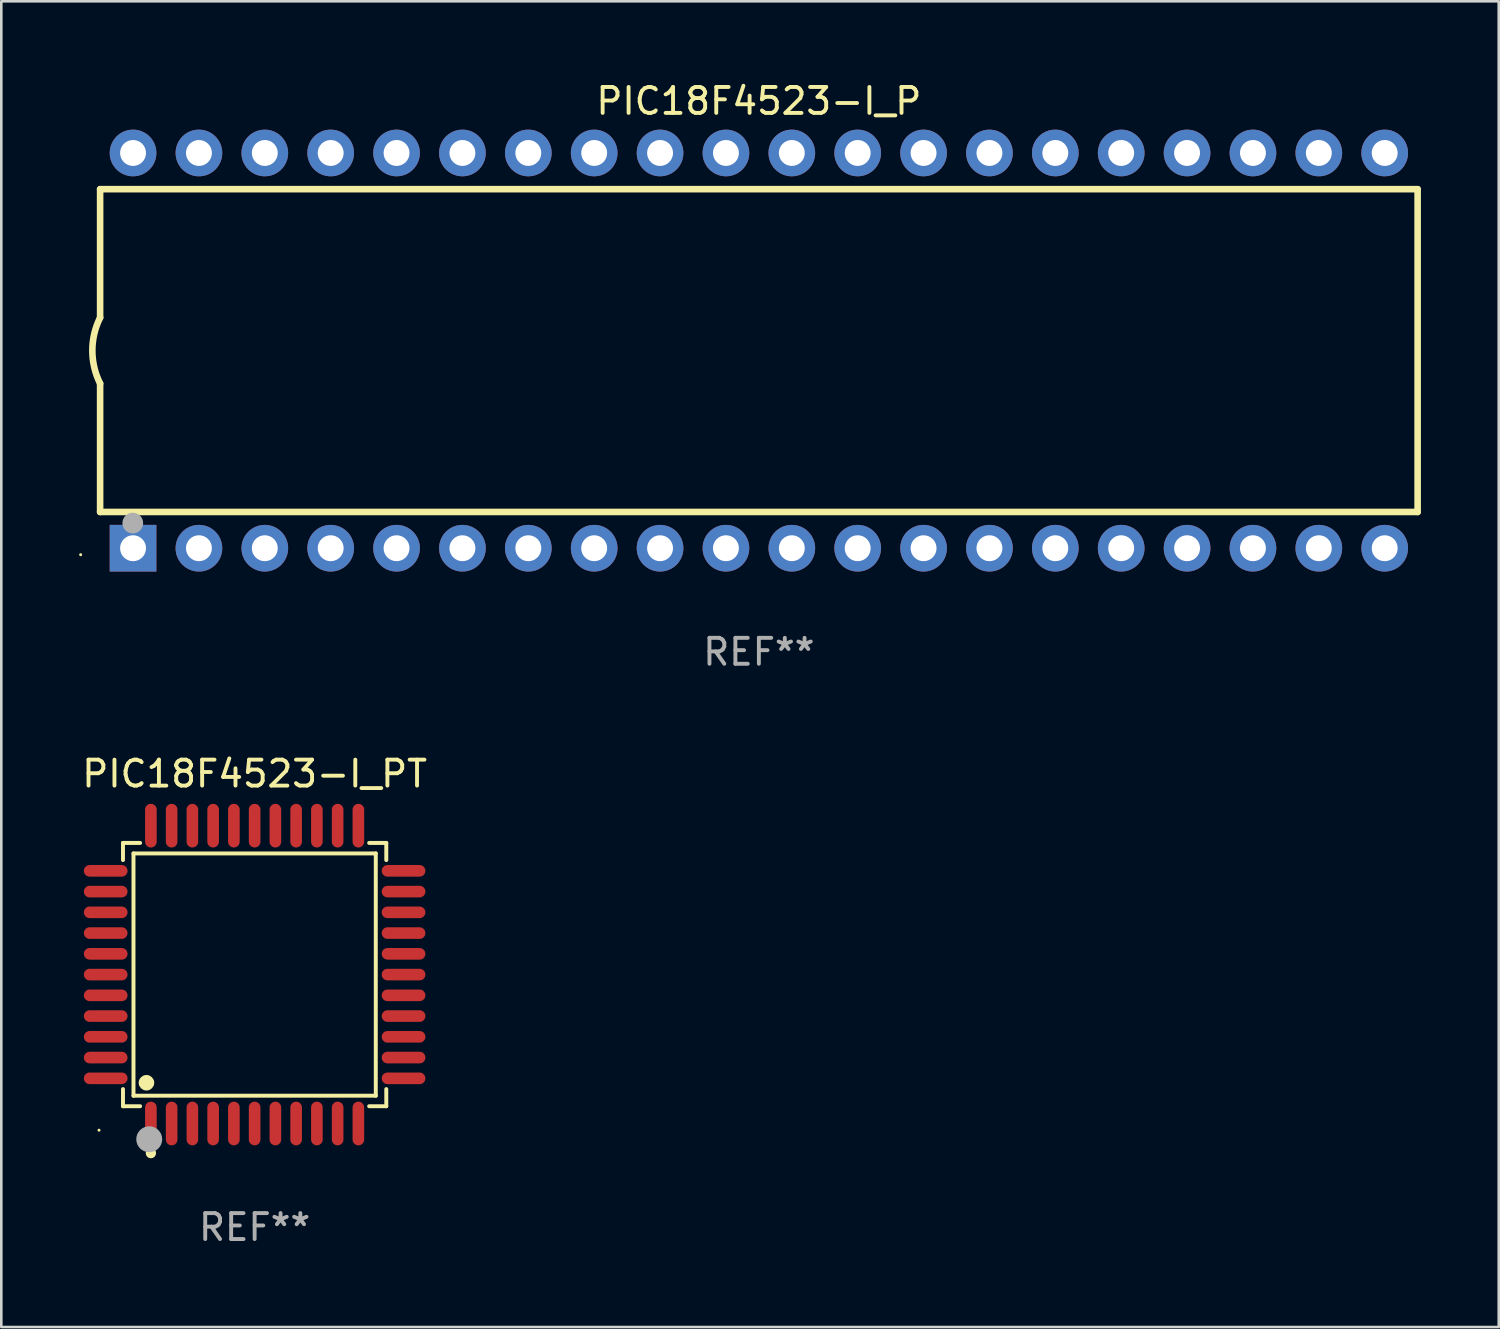
<source format=kicad_pcb>
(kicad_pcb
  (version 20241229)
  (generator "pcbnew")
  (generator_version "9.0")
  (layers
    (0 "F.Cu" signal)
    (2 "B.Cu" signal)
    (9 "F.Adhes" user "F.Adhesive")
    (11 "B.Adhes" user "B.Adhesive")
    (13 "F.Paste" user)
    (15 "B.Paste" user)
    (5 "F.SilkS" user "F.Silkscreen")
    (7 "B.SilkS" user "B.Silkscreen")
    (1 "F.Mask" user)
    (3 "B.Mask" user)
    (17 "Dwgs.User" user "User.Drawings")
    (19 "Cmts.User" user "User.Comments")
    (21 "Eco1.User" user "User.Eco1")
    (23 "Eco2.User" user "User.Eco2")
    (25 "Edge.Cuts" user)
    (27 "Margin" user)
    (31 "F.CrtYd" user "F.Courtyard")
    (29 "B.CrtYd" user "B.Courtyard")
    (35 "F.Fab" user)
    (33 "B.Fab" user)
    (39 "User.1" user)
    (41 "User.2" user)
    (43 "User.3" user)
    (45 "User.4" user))
  (footprint "PIC18F4523-I_P"
    (layer "F.Cu")
    (at 26.21 10.468)
    (property "Reference" "PIC18F4523-I_P" (at 0 -9.62 0) (layer "F.SilkS") (effects (font (size 1 1) (thickness 0.15))))
    (attr through_hole)
    (fp_line (start -25.4 -6.224) (end -25.4 -1.271) (stroke (width 0.254) (type solid)) (layer "F.SilkS"))
    (fp_line (start -25.4 -6.224) (end 25.4 -6.224) (stroke (width 0.254) (type solid)) (layer "F.SilkS"))
    (fp_line (start -25.4 1.269) (end -25.4 6.222) (stroke (width 0.254) (type solid)) (layer "F.SilkS"))
    (fp_line (start -25.4 6.222) (end 25.4 6.222) (stroke (width 0.254) (type solid)) (layer "F.SilkS"))
    (fp_line (start 25.4 6.222) (end 25.4 -6.224) (stroke (width 0.254) (type solid)) (layer "F.SilkS"))
    (fp_arc (start -25.4 1.269241) (mid -25.699807 -0.000762) (end -25.4 -1.270765) (stroke (width 0.254001) (type solid)) (layer "F.SilkS"))
    (fp_circle (center -26.15 7.87) (end -26.12 7.87) (stroke (width 0.06) (type solid)) (fill no) (layer "F.SilkS"))
    (fp_circle (center -24.14 6.65) (end -23.94 6.65) (stroke (width 0.4) (type solid)) (fill no) (layer "F.Fab"))
    (fp_text user "REF**" (at 0 11.62 0) (layer "F.Fab") (effects (font (size 1 1) (thickness 0.15))))
    (pad "1" thru_hole rect (at -24.13 7.62 90) (size 1.8 1.8) (drill 1) (layers "*.Cu" "*.Mask"))
    (pad "2" thru_hole circle (at -21.59 7.62) (size 1.8 1.8) (drill 1) (layers "*.Cu" "*.Mask"))
    (pad "3" thru_hole circle (at -19.05 7.62) (size 1.8 1.8) (drill 1) (layers "*.Cu" "*.Mask"))
    (pad "4" thru_hole circle (at -16.51 7.62) (size 1.8 1.8) (drill 1) (layers "*.Cu" "*.Mask"))
    (pad "5" thru_hole circle (at -13.97 7.62) (size 1.8 1.8) (drill 1) (layers "*.Cu" "*.Mask"))
    (pad "6" thru_hole circle (at -11.43 7.62) (size 1.8 1.8) (drill 1) (layers "*.Cu" "*.Mask"))
    (pad "7" thru_hole circle (at -8.89 7.62) (size 1.8 1.8) (drill 1) (layers "*.Cu" "*.Mask"))
    (pad "8" thru_hole circle (at -6.35 7.62) (size 1.8 1.8) (drill 1) (layers "*.Cu" "*.Mask"))
    (pad "9" thru_hole circle (at -3.81 7.62) (size 1.8 1.8) (drill 1) (layers "*.Cu" "*.Mask"))
    (pad "10" thru_hole circle (at -1.27 7.62) (size 1.8 1.8) (drill 1) (layers "*.Cu" "*.Mask"))
    (pad "11" thru_hole circle (at 1.27 7.62) (size 1.8 1.8) (drill 1) (layers "*.Cu" "*.Mask"))
    (pad "12" thru_hole circle (at 3.81 7.62) (size 1.8 1.8) (drill 1) (layers "*.Cu" "*.Mask"))
    (pad "13" thru_hole circle (at 6.35 7.62) (size 1.8 1.8) (drill 1) (layers "*.Cu" "*.Mask"))
    (pad "14" thru_hole circle (at 8.89 7.62) (size 1.8 1.8) (drill 1) (layers "*.Cu" "*.Mask"))
    (pad "15" thru_hole circle (at 11.43 7.62) (size 1.8 1.8) (drill 1) (layers "*.Cu" "*.Mask"))
    (pad "16" thru_hole circle (at 13.97 7.62) (size 1.8 1.8) (drill 1) (layers "*.Cu" "*.Mask"))
    (pad "17" thru_hole circle (at 16.51 7.62) (size 1.8 1.8) (drill 1) (layers "*.Cu" "*.Mask"))
    (pad "18" thru_hole circle (at 19.05 7.62) (size 1.8 1.8) (drill 1) (layers "*.Cu" "*.Mask"))
    (pad "19" thru_hole circle (at 21.59 7.62) (size 1.8 1.8) (drill 1) (layers "*.Cu" "*.Mask"))
    (pad "20" thru_hole circle (at 24.13 7.62) (size 1.8 1.8) (drill 1) (layers "*.Cu" "*.Mask"))
    (pad "21" thru_hole circle (at 24.13 -7.62) (size 1.8 1.8) (drill 1) (layers "*.Cu" "*.Mask"))
    (pad "22" thru_hole circle (at 21.59 -7.62) (size 1.8 1.8) (drill 1) (layers "*.Cu" "*.Mask"))
    (pad "23" thru_hole circle (at 19.05 -7.62) (size 1.8 1.8) (drill 1) (layers "*.Cu" "*.Mask"))
    (pad "24" thru_hole circle (at 16.51 -7.62) (size 1.8 1.8) (drill 1) (layers "*.Cu" "*.Mask"))
    (pad "25" thru_hole circle (at 13.97 -7.62) (size 1.8 1.8) (drill 1) (layers "*.Cu" "*.Mask"))
    (pad "26" thru_hole circle (at 11.43 -7.62) (size 1.8 1.8) (drill 1) (layers "*.Cu" "*.Mask"))
    (pad "27" thru_hole circle (at 8.89 -7.62) (size 1.8 1.8) (drill 1) (layers "*.Cu" "*.Mask"))
    (pad "28" thru_hole circle (at 6.35 -7.62) (size 1.8 1.8) (drill 1) (layers "*.Cu" "*.Mask"))
    (pad "29" thru_hole circle (at 3.81 -7.62) (size 1.8 1.8) (drill 1) (layers "*.Cu" "*.Mask"))
    (pad "30" thru_hole circle (at 1.27 -7.62) (size 1.8 1.8) (drill 1) (layers "*.Cu" "*.Mask"))
    (pad "31" thru_hole circle (at -1.27 -7.62) (size 1.8 1.8) (drill 1) (layers "*.Cu" "*.Mask"))
    (pad "32" thru_hole circle (at -3.81 -7.62) (size 1.8 1.8) (drill 1) (layers "*.Cu" "*.Mask"))
    (pad "33" thru_hole circle (at -6.35 -7.62) (size 1.8 1.8) (drill 1) (layers "*.Cu" "*.Mask"))
    (pad "34" thru_hole circle (at -8.89 -7.62) (size 1.8 1.8) (drill 1) (layers "*.Cu" "*.Mask"))
    (pad "35" thru_hole circle (at -11.43 -7.62) (size 1.8 1.8) (drill 1) (layers "*.Cu" "*.Mask"))
    (pad "36" thru_hole circle (at -13.97 -7.62) (size 1.8 1.8) (drill 1) (layers "*.Cu" "*.Mask"))
    (pad "37" thru_hole circle (at -16.51 -7.62) (size 1.8 1.8) (drill 1) (layers "*.Cu" "*.Mask"))
    (pad "38" thru_hole circle (at -19.05 -7.62) (size 1.8 1.8) (drill 1) (layers "*.Cu" "*.Mask"))
    (pad "39" thru_hole circle (at -21.59 -7.62) (size 1.8 1.8) (drill 1) (layers "*.Cu" "*.Mask"))
    (pad "40" thru_hole circle (at -24.13 -7.62) (size 1.8 1.8) (drill 1) (layers "*.Cu" "*.Mask")))
  (footprint "PIC18F4523-I_PT"
    (layer "F.Cu")
    (at 6.768 34.527)
    (property "Reference" "PIC18F4523-I_PT" (at 0 -7.742 0) (layer "F.SilkS") (effects (font (size 1 1) (thickness 0.15))))
    (attr through_hole)
    (fp_line (start -5.076 -5.076) (end -4.415 -5.076) (stroke (width 0.152) (type solid)) (layer "F.SilkS"))
    (fp_line (start -5.076 -4.415) (end -5.076 -5.076) (stroke (width 0.152) (type solid)) (layer "F.SilkS"))
    (fp_line (start -5.076 4.415) (end -5.076 5.076) (stroke (width 0.152) (type solid)) (layer "F.SilkS"))
    (fp_line (start -5.076 5.076) (end -4.415 5.076) (stroke (width 0.152) (type solid)) (layer "F.SilkS"))
    (fp_line (start -4.671 -4.671) (end 4.671 -4.671) (stroke (width 0.152) (type solid)) (layer "F.SilkS"))
    (fp_line (start -4.671 4.671) (end -4.671 -4.671) (stroke (width 0.152) (type solid)) (layer "F.SilkS"))
    (fp_line (start 4.671 -4.671) (end 4.671 4.671) (stroke (width 0.152) (type solid)) (layer "F.SilkS"))
    (fp_line (start 4.671 4.671) (end -4.671 4.671) (stroke (width 0.152) (type solid)) (layer "F.SilkS"))
    (fp_line (start 5.076 -5.076) (end 4.415 -5.076) (stroke (width 0.152) (type solid)) (layer "F.SilkS"))
    (fp_line (start 5.076 -4.415) (end 5.076 -5.076) (stroke (width 0.152) (type solid)) (layer "F.SilkS"))
    (fp_line (start 5.076 4.415) (end 5.076 5.076) (stroke (width 0.152) (type solid)) (layer "F.SilkS"))
    (fp_line (start 5.076 5.076) (end 4.415 5.076) (stroke (width 0.152) (type solid)) (layer "F.SilkS"))
    (fp_circle (center -6 6) (end -5.97 6) (stroke (width 0.06) (type solid)) (fill no) (layer "F.SilkS"))
    (fp_circle (center -4.171 4.171) (end -4.021 4.171) (stroke (width 0.3) (type solid)) (fill no) (layer "F.SilkS"))
    (fp_circle (center -4 6.884) (end -3.9 6.884) (stroke (width 0.2) (type solid)) (fill no) (layer "F.SilkS"))
    (fp_circle (center -4.064 6.35) (end -3.814 6.35) (stroke (width 0.5) (type solid)) (fill no) (layer "F.Fab"))
    (fp_text user "REF**" (at 0 9.742 0) (layer "F.Fab") (effects (font (size 1 1) (thickness 0.15))))
    (pad "1" smd oval (at -4 5.742) (size 0.448 1.684) (layers "F.Cu" "F.Mask" "F.Paste"))
    (pad "2" smd oval (at -3.2 5.742) (size 0.448 1.684) (layers "F.Cu" "F.Mask" "F.Paste"))
    (pad "3" smd oval (at -2.4 5.742) (size 0.448 1.684) (layers "F.Cu" "F.Mask" "F.Paste"))
    (pad "4" smd oval (at -1.6 5.742) (size 0.448 1.684) (layers "F.Cu" "F.Mask" "F.Paste"))
    (pad "5" smd oval (at -0.8 5.742) (size 0.448 1.684) (layers "F.Cu" "F.Mask" "F.Paste"))
    (pad "6" smd oval (at 0 5.742) (size 0.448 1.684) (layers "F.Cu" "F.Mask" "F.Paste"))
    (pad "7" smd oval (at 0.8 5.742) (size 0.448 1.684) (layers "F.Cu" "F.Mask" "F.Paste"))
    (pad "8" smd oval (at 1.6 5.742) (size 0.448 1.684) (layers "F.Cu" "F.Mask" "F.Paste"))
    (pad "9" smd oval (at 2.4 5.742) (size 0.448 1.684) (layers "F.Cu" "F.Mask" "F.Paste"))
    (pad "10" smd oval (at 3.2 5.742) (size 0.448 1.684) (layers "F.Cu" "F.Mask" "F.Paste"))
    (pad "11" smd oval (at 4 5.742) (size 0.448 1.684) (layers "F.Cu" "F.Mask" "F.Paste"))
    (pad "12" smd oval (at 5.742 4) (size 1.684 0.448) (layers "F.Cu" "F.Mask" "F.Paste"))
    (pad "13" smd oval (at 5.742 3.2) (size 1.684 0.448) (layers "F.Cu" "F.Mask" "F.Paste"))
    (pad "14" smd oval (at 5.742 2.4) (size 1.684 0.448) (layers "F.Cu" "F.Mask" "F.Paste"))
    (pad "15" smd oval (at 5.742 1.6) (size 1.684 0.448) (layers "F.Cu" "F.Mask" "F.Paste"))
    (pad "16" smd oval (at 5.742 0.8) (size 1.684 0.448) (layers "F.Cu" "F.Mask" "F.Paste"))
    (pad "17" smd oval (at 5.742 0) (size 1.684 0.448) (layers "F.Cu" "F.Mask" "F.Paste"))
    (pad "18" smd oval (at 5.742 -0.8) (size 1.684 0.448) (layers "F.Cu" "F.Mask" "F.Paste"))
    (pad "19" smd oval (at 5.742 -1.6) (size 1.684 0.448) (layers "F.Cu" "F.Mask" "F.Paste"))
    (pad "20" smd oval (at 5.742 -2.4) (size 1.684 0.448) (layers "F.Cu" "F.Mask" "F.Paste"))
    (pad "21" smd oval (at 5.742 -3.2) (size 1.684 0.448) (layers "F.Cu" "F.Mask" "F.Paste"))
    (pad "22" smd oval (at 5.742 -4) (size 1.684 0.448) (layers "F.Cu" "F.Mask" "F.Paste"))
    (pad "23" smd oval (at 4 -5.742) (size 0.448 1.684) (layers "F.Cu" "F.Mask" "F.Paste"))
    (pad "24" smd oval (at 3.2 -5.742) (size 0.448 1.684) (layers "F.Cu" "F.Mask" "F.Paste"))
    (pad "25" smd oval (at 2.4 -5.742) (size 0.448 1.684) (layers "F.Cu" "F.Mask" "F.Paste"))
    (pad "26" smd oval (at 1.6 -5.742) (size 0.448 1.684) (layers "F.Cu" "F.Mask" "F.Paste"))
    (pad "27" smd oval (at 0.8 -5.742) (size 0.448 1.684) (layers "F.Cu" "F.Mask" "F.Paste"))
    (pad "28" smd oval (at 0 -5.742) (size 0.448 1.684) (layers "F.Cu" "F.Mask" "F.Paste"))
    (pad "29" smd oval (at -0.8 -5.742) (size 0.448 1.684) (layers "F.Cu" "F.Mask" "F.Paste"))
    (pad "30" smd oval (at -1.6 -5.742) (size 0.448 1.684) (layers "F.Cu" "F.Mask" "F.Paste"))
    (pad "31" smd oval (at -2.4 -5.742) (size 0.448 1.684) (layers "F.Cu" "F.Mask" "F.Paste"))
    (pad "32" smd oval (at -3.2 -5.742) (size 0.448 1.684) (layers "F.Cu" "F.Mask" "F.Paste"))
    (pad "33" smd oval (at -4 -5.742) (size 0.448 1.684) (layers "F.Cu" "F.Mask" "F.Paste"))
    (pad "34" smd oval (at -5.742 -4) (size 1.684 0.448) (layers "F.Cu" "F.Mask" "F.Paste"))
    (pad "35" smd oval (at -5.742 -3.2) (size 1.684 0.448) (layers "F.Cu" "F.Mask" "F.Paste"))
    (pad "36" smd oval (at -5.742 -2.4) (size 1.684 0.448) (layers "F.Cu" "F.Mask" "F.Paste"))
    (pad "37" smd oval (at -5.742 -1.6) (size 1.684 0.448) (layers "F.Cu" "F.Mask" "F.Paste"))
    (pad "38" smd oval (at -5.742 -0.8) (size 1.684 0.448) (layers "F.Cu" "F.Mask" "F.Paste"))
    (pad "39" smd oval (at -5.742 0) (size 1.684 0.448) (layers "F.Cu" "F.Mask" "F.Paste"))
    (pad "40" smd oval (at -5.742 0.8) (size 1.684 0.448) (layers "F.Cu" "F.Mask" "F.Paste"))
    (pad "41" smd oval (at -5.742 1.6) (size 1.684 0.448) (layers "F.Cu" "F.Mask" "F.Paste"))
    (pad "42" smd oval (at -5.742 2.4) (size 1.684 0.448) (layers "F.Cu" "F.Mask" "F.Paste"))
    (pad "43" smd oval (at -5.742 3.2) (size 1.684 0.448) (layers "F.Cu" "F.Mask" "F.Paste"))
    (pad "44" smd oval (at -5.742 4) (size 1.684 0.448) (layers "F.Cu" "F.Mask" "F.Paste")))
  (gr_rect
    (start -3 -3)
    (end 54.737 48.117)
    (stroke (width 0.1) (type default))
    (fill no)
    (layer "Edge.Cuts")))
</source>
